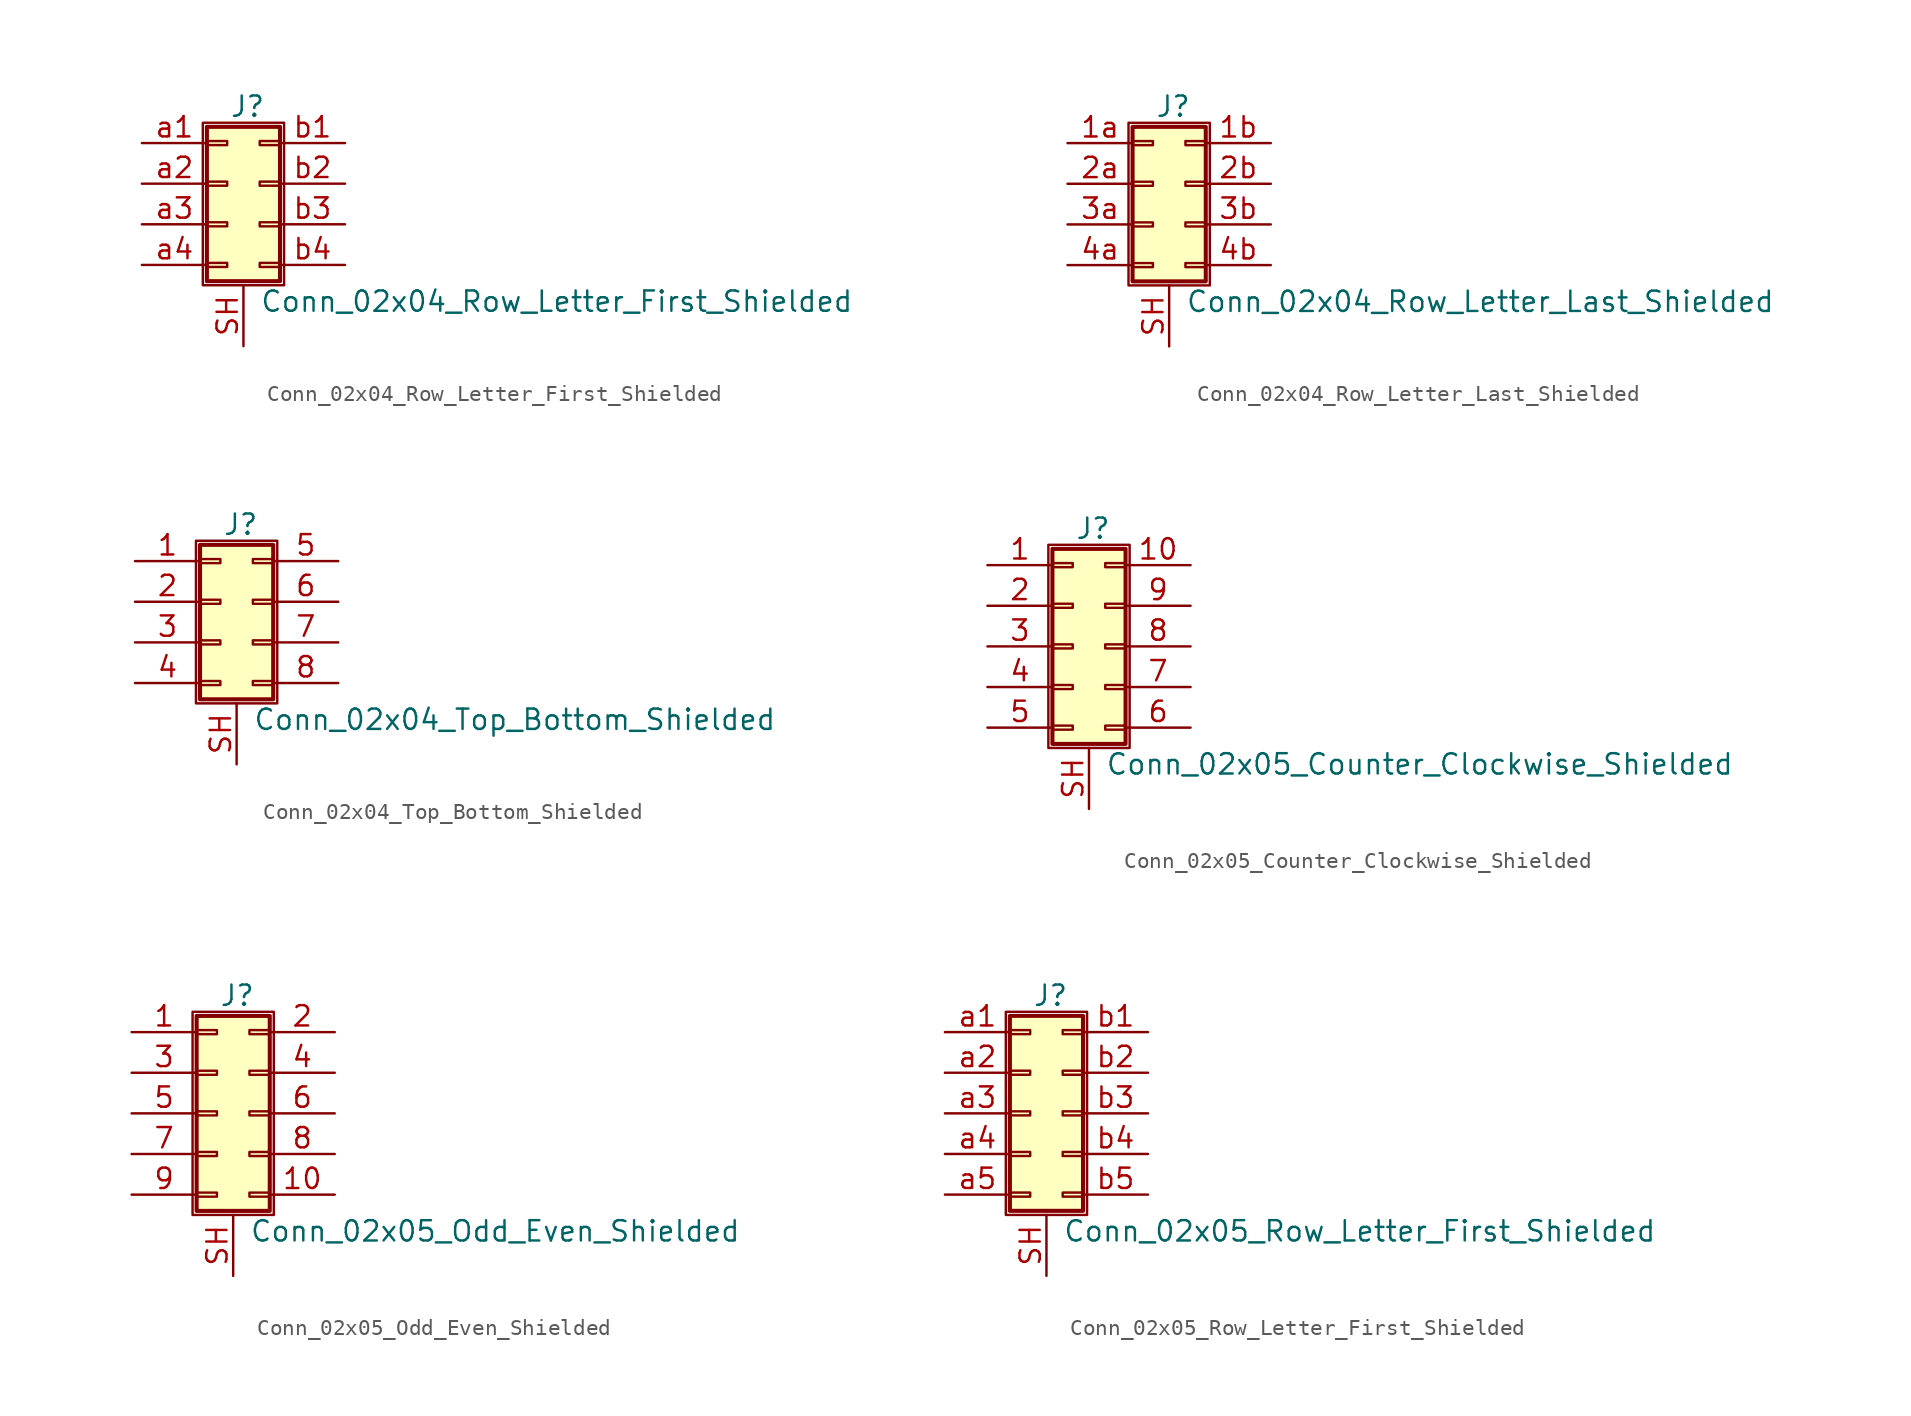
<source format=kicad_sym>
(kicad_symbol_lib
  (version 20201005)
  (generator kicad_symbol_editor)
  (symbol "Conn_02x04_Row_Letter_First_Shielded"
    (pin_names
      (offset 1.016) hide)
    (property "Reference" "J"
      (at 1.524 4.826 0)
      (effects (font (size 1.27 1.27))))
    (property "Value" "Conn_02x04_Row_Letter_First_Shielded"
      (at 2.286 -7.366 0)
      (effects (font (size 1.27 1.27)) (justify left)))
    (symbol "Conn_02x04_Row_Letter_First_Shielded_1_1"
      (rectangle (start -1.27 3.81) (end 3.81 -6.35) (stroke (width 0.152)) (fill (type none)))
      (rectangle (start -1.016 -4.953) (end 0.254 -5.207) (stroke (width 0.152)) (fill (type none)))
      (rectangle (start -1.016 -2.413) (end 0.254 -2.667) (stroke (width 0.152)) (fill (type none)))
      (rectangle (start -1.016 0.127) (end 0.254 -0.127) (stroke (width 0.152)) (fill (type none)))
      (rectangle (start -1.016 2.667) (end 0.254 2.413) (stroke (width 0.152)) (fill (type none)))
      (rectangle (start 3.556 -4.953) (end 2.286 -5.207) (stroke (width 0.152)) (fill (type none)))
      (rectangle (start 3.556 -2.413) (end 2.286 -2.667) (stroke (width 0.152)) (fill (type none)))
      (rectangle (start 3.556 0.127) (end 2.286 -0.127) (stroke (width 0.152)) (fill (type none)))
      (rectangle (start 3.556 2.667) (end 2.286 2.413) (stroke (width 0.152)) (fill (type none)))
      (rectangle (start -1.016 3.556) (end 3.556 -6.096) (stroke (width 0.254)) (fill (type background)))
      (pin passive line (at 1.27 -10.16 90) (length 3.81) (name "Shield" (effects (font (size 1.27 1.27)))) (number "SH" (effects (font (size 1.27 1.27)))))
      (pin passive line (at -5.08 2.54 0) (length 4.064) (name "Pin_a1" (effects (font (size 1.27 1.27)))) (number "a1" (effects (font (size 1.27 1.27)))))
      (pin passive line (at -5.08 0 0) (length 4.064) (name "Pin_a2" (effects (font (size 1.27 1.27)))) (number "a2" (effects (font (size 1.27 1.27)))))
      (pin passive line (at -5.08 -2.54 0) (length 4.064) (name "Pin_a3" (effects (font (size 1.27 1.27)))) (number "a3" (effects (font (size 1.27 1.27)))))
      (pin passive line (at -5.08 -5.08 0) (length 4.064) (name "Pin_a4" (effects (font (size 1.27 1.27)))) (number "a4" (effects (font (size 1.27 1.27)))))
      (pin passive line (at 7.62 2.54 180) (length 4.064) (name "Pin_b1" (effects (font (size 1.27 1.27)))) (number "b1" (effects (font (size 1.27 1.27)))))
      (pin passive line (at 7.62 0 180) (length 4.064) (name "Pin_b2" (effects (font (size 1.27 1.27)))) (number "b2" (effects (font (size 1.27 1.27)))))
      (pin passive line (at 7.62 -2.54 180) (length 4.064) (name "Pin_b3" (effects (font (size 1.27 1.27)))) (number "b3" (effects (font (size 1.27 1.27)))))
      (pin passive line (at 7.62 -5.08 180) (length 4.064) (name "Pin_b4" (effects (font (size 1.27 1.27)))) (number "b4" (effects (font (size 1.27 1.27)))))))
  (symbol "Conn_02x04_Row_Letter_Last_Shielded"
    (pin_names
      (offset 1.016) hide)
    (property "Reference" "J"
      (at 1.524 4.826 0)
      (effects (font (size 1.27 1.27))))
    (property "Value" "Conn_02x04_Row_Letter_Last_Shielded"
      (at 2.286 -7.366 0)
      (effects (font (size 1.27 1.27)) (justify left)))
    (symbol "Conn_02x04_Row_Letter_Last_Shielded_1_1"
      (rectangle (start -1.27 3.81) (end 3.81 -6.35) (stroke (width 0.152)) (fill (type none)))
      (rectangle (start -1.016 -4.953) (end 0.254 -5.207) (stroke (width 0.152)) (fill (type none)))
      (rectangle (start -1.016 -2.413) (end 0.254 -2.667) (stroke (width 0.152)) (fill (type none)))
      (rectangle (start -1.016 0.127) (end 0.254 -0.127) (stroke (width 0.152)) (fill (type none)))
      (rectangle (start -1.016 2.667) (end 0.254 2.413) (stroke (width 0.152)) (fill (type none)))
      (rectangle (start 3.556 -4.953) (end 2.286 -5.207) (stroke (width 0.152)) (fill (type none)))
      (rectangle (start 3.556 -2.413) (end 2.286 -2.667) (stroke (width 0.152)) (fill (type none)))
      (rectangle (start 3.556 0.127) (end 2.286 -0.127) (stroke (width 0.152)) (fill (type none)))
      (rectangle (start 3.556 2.667) (end 2.286 2.413) (stroke (width 0.152)) (fill (type none)))
      (rectangle (start -1.016 3.556) (end 3.556 -6.096) (stroke (width 0.254)) (fill (type background)))
      (pin passive line (at -5.08 2.54 0) (length 4.064) (name "Pin_1a" (effects (font (size 1.27 1.27)))) (number "1a" (effects (font (size 1.27 1.27)))))
      (pin passive line (at 7.62 2.54 180) (length 4.064) (name "Pin_1b" (effects (font (size 1.27 1.27)))) (number "1b" (effects (font (size 1.27 1.27)))))
      (pin passive line (at -5.08 0 0) (length 4.064) (name "Pin_2a" (effects (font (size 1.27 1.27)))) (number "2a" (effects (font (size 1.27 1.27)))))
      (pin passive line (at 7.62 0 180) (length 4.064) (name "Pin_2b" (effects (font (size 1.27 1.27)))) (number "2b" (effects (font (size 1.27 1.27)))))
      (pin passive line (at -5.08 -2.54 0) (length 4.064) (name "Pin_3a" (effects (font (size 1.27 1.27)))) (number "3a" (effects (font (size 1.27 1.27)))))
      (pin passive line (at 7.62 -2.54 180) (length 4.064) (name "Pin_3b" (effects (font (size 1.27 1.27)))) (number "3b" (effects (font (size 1.27 1.27)))))
      (pin passive line (at -5.08 -5.08 0) (length 4.064) (name "Pin_4a" (effects (font (size 1.27 1.27)))) (number "4a" (effects (font (size 1.27 1.27)))))
      (pin passive line (at 7.62 -5.08 180) (length 4.064) (name "Pin_4b" (effects (font (size 1.27 1.27)))) (number "4b" (effects (font (size 1.27 1.27)))))
      (pin passive line (at 1.27 -10.16 90) (length 3.81) (name "Shield" (effects (font (size 1.27 1.27)))) (number "SH" (effects (font (size 1.27 1.27)))))))
  (symbol "Conn_02x04_Top_Bottom_Shielded"
    (pin_names
      (offset 1.016) hide)
    (property "Reference" "J"
      (at 1.524 4.826 0)
      (effects (font (size 1.27 1.27))))
    (property "Value" "Conn_02x04_Top_Bottom_Shielded"
      (at 2.286 -7.366 0)
      (effects (font (size 1.27 1.27)) (justify left)))
    (symbol "Conn_02x04_Top_Bottom_Shielded_1_1"
      (rectangle (start -1.27 3.81) (end 3.81 -6.35) (stroke (width 0.152)) (fill (type none)))
      (rectangle (start -1.016 -4.953) (end 0.254 -5.207) (stroke (width 0.152)) (fill (type none)))
      (rectangle (start -1.016 -2.413) (end 0.254 -2.667) (stroke (width 0.152)) (fill (type none)))
      (rectangle (start -1.016 0.127) (end 0.254 -0.127) (stroke (width 0.152)) (fill (type none)))
      (rectangle (start -1.016 2.667) (end 0.254 2.413) (stroke (width 0.152)) (fill (type none)))
      (rectangle (start 3.556 -4.953) (end 2.286 -5.207) (stroke (width 0.152)) (fill (type none)))
      (rectangle (start 3.556 -2.413) (end 2.286 -2.667) (stroke (width 0.152)) (fill (type none)))
      (rectangle (start 3.556 0.127) (end 2.286 -0.127) (stroke (width 0.152)) (fill (type none)))
      (rectangle (start 3.556 2.667) (end 2.286 2.413) (stroke (width 0.152)) (fill (type none)))
      (rectangle (start -1.016 3.556) (end 3.556 -6.096) (stroke (width 0.254)) (fill (type background)))
      (pin passive line (at -5.08 2.54 0) (length 4.064) (name "Pin_1" (effects (font (size 1.27 1.27)))) (number "1" (effects (font (size 1.27 1.27)))))
      (pin passive line (at -5.08 0 0) (length 4.064) (name "Pin_2" (effects (font (size 1.27 1.27)))) (number "2" (effects (font (size 1.27 1.27)))))
      (pin passive line (at -5.08 -2.54 0) (length 4.064) (name "Pin_3" (effects (font (size 1.27 1.27)))) (number "3" (effects (font (size 1.27 1.27)))))
      (pin passive line (at -5.08 -5.08 0) (length 4.064) (name "Pin_4" (effects (font (size 1.27 1.27)))) (number "4" (effects (font (size 1.27 1.27)))))
      (pin passive line (at 7.62 2.54 180) (length 4.064) (name "Pin_5" (effects (font (size 1.27 1.27)))) (number "5" (effects (font (size 1.27 1.27)))))
      (pin passive line (at 7.62 0 180) (length 4.064) (name "Pin_6" (effects (font (size 1.27 1.27)))) (number "6" (effects (font (size 1.27 1.27)))))
      (pin passive line (at 7.62 -2.54 180) (length 4.064) (name "Pin_7" (effects (font (size 1.27 1.27)))) (number "7" (effects (font (size 1.27 1.27)))))
      (pin passive line (at 7.62 -5.08 180) (length 4.064) (name "Pin_8" (effects (font (size 1.27 1.27)))) (number "8" (effects (font (size 1.27 1.27)))))
      (pin passive line (at 1.27 -10.16 90) (length 3.81) (name "Shield" (effects (font (size 1.27 1.27)))) (number "SH" (effects (font (size 1.27 1.27)))))))
  (symbol "Conn_02x05_Counter_Clockwise_Shielded"
    (pin_names
      (offset 1.016) hide)
    (property "Reference" "J"
      (at 1.524 7.366 0)
      (effects (font (size 1.27 1.27))))
    (property "Value" "Conn_02x05_Counter_Clockwise_Shielded"
      (at 2.286 -7.366 0)
      (effects (font (size 1.27 1.27)) (justify left)))
    (symbol "Conn_02x05_Counter_Clockwise_Shielded_1_1"
      (rectangle (start -1.27 6.35) (end 3.81 -6.35) (stroke (width 0.152)) (fill (type none)))
      (rectangle (start -1.016 -4.953) (end 0.254 -5.207) (stroke (width 0.152)) (fill (type none)))
      (rectangle (start -1.016 -2.413) (end 0.254 -2.667) (stroke (width 0.152)) (fill (type none)))
      (rectangle (start -1.016 0.127) (end 0.254 -0.127) (stroke (width 0.152)) (fill (type none)))
      (rectangle (start -1.016 2.667) (end 0.254 2.413) (stroke (width 0.152)) (fill (type none)))
      (rectangle (start -1.016 5.207) (end 0.254 4.953) (stroke (width 0.152)) (fill (type none)))
      (rectangle (start 3.556 -4.953) (end 2.286 -5.207) (stroke (width 0.152)) (fill (type none)))
      (rectangle (start 3.556 -2.413) (end 2.286 -2.667) (stroke (width 0.152)) (fill (type none)))
      (rectangle (start 3.556 0.127) (end 2.286 -0.127) (stroke (width 0.152)) (fill (type none)))
      (rectangle (start 3.556 2.667) (end 2.286 2.413) (stroke (width 0.152)) (fill (type none)))
      (rectangle (start 3.556 5.207) (end 2.286 4.953) (stroke (width 0.152)) (fill (type none)))
      (rectangle (start -1.016 6.096) (end 3.556 -6.096) (stroke (width 0.254)) (fill (type background)))
      (pin passive line (at -5.08 5.08 0) (length 4.064) (name "Pin_1" (effects (font (size 1.27 1.27)))) (number "1" (effects (font (size 1.27 1.27)))))
      (pin passive line (at 7.62 5.08 180) (length 4.064) (name "Pin_10" (effects (font (size 1.27 1.27)))) (number "10" (effects (font (size 1.27 1.27)))))
      (pin passive line (at -5.08 2.54 0) (length 4.064) (name "Pin_2" (effects (font (size 1.27 1.27)))) (number "2" (effects (font (size 1.27 1.27)))))
      (pin passive line (at -5.08 0 0) (length 4.064) (name "Pin_3" (effects (font (size 1.27 1.27)))) (number "3" (effects (font (size 1.27 1.27)))))
      (pin passive line (at -5.08 -2.54 0) (length 4.064) (name "Pin_4" (effects (font (size 1.27 1.27)))) (number "4" (effects (font (size 1.27 1.27)))))
      (pin passive line (at -5.08 -5.08 0) (length 4.064) (name "Pin_5" (effects (font (size 1.27 1.27)))) (number "5" (effects (font (size 1.27 1.27)))))
      (pin passive line (at 7.62 -5.08 180) (length 4.064) (name "Pin_6" (effects (font (size 1.27 1.27)))) (number "6" (effects (font (size 1.27 1.27)))))
      (pin passive line (at 7.62 -2.54 180) (length 4.064) (name "Pin_7" (effects (font (size 1.27 1.27)))) (number "7" (effects (font (size 1.27 1.27)))))
      (pin passive line (at 7.62 0 180) (length 4.064) (name "Pin_8" (effects (font (size 1.27 1.27)))) (number "8" (effects (font (size 1.27 1.27)))))
      (pin passive line (at 7.62 2.54 180) (length 4.064) (name "Pin_9" (effects (font (size 1.27 1.27)))) (number "9" (effects (font (size 1.27 1.27)))))
      (pin passive line (at 1.27 -10.16 90) (length 3.81) (name "Shield" (effects (font (size 1.27 1.27)))) (number "SH" (effects (font (size 1.27 1.27)))))))
  (symbol "Conn_02x05_Odd_Even_Shielded"
    (pin_names
      (offset 1.016) hide)
    (property "Reference" "J"
      (at 1.524 7.366 0)
      (effects (font (size 1.27 1.27))))
    (property "Value" "Conn_02x05_Odd_Even_Shielded"
      (at 2.286 -7.366 0)
      (effects (font (size 1.27 1.27)) (justify left)))
    (symbol "Conn_02x05_Odd_Even_Shielded_1_1"
      (rectangle (start -1.27 6.35) (end 3.81 -6.35) (stroke (width 0.152)) (fill (type none)))
      (rectangle (start -1.016 -4.953) (end 0.254 -5.207) (stroke (width 0.152)) (fill (type none)))
      (rectangle (start -1.016 -2.413) (end 0.254 -2.667) (stroke (width 0.152)) (fill (type none)))
      (rectangle (start -1.016 0.127) (end 0.254 -0.127) (stroke (width 0.152)) (fill (type none)))
      (rectangle (start -1.016 2.667) (end 0.254 2.413) (stroke (width 0.152)) (fill (type none)))
      (rectangle (start -1.016 5.207) (end 0.254 4.953) (stroke (width 0.152)) (fill (type none)))
      (rectangle (start 3.556 -4.953) (end 2.286 -5.207) (stroke (width 0.152)) (fill (type none)))
      (rectangle (start 3.556 -2.413) (end 2.286 -2.667) (stroke (width 0.152)) (fill (type none)))
      (rectangle (start 3.556 0.127) (end 2.286 -0.127) (stroke (width 0.152)) (fill (type none)))
      (rectangle (start 3.556 2.667) (end 2.286 2.413) (stroke (width 0.152)) (fill (type none)))
      (rectangle (start 3.556 5.207) (end 2.286 4.953) (stroke (width 0.152)) (fill (type none)))
      (rectangle (start -1.016 6.096) (end 3.556 -6.096) (stroke (width 0.254)) (fill (type background)))
      (pin passive line (at -5.08 5.08 0) (length 4.064) (name "Pin_1" (effects (font (size 1.27 1.27)))) (number "1" (effects (font (size 1.27 1.27)))))
      (pin passive line (at 7.62 -5.08 180) (length 4.064) (name "Pin_10" (effects (font (size 1.27 1.27)))) (number "10" (effects (font (size 1.27 1.27)))))
      (pin passive line (at 7.62 5.08 180) (length 4.064) (name "Pin_2" (effects (font (size 1.27 1.27)))) (number "2" (effects (font (size 1.27 1.27)))))
      (pin passive line (at -5.08 2.54 0) (length 4.064) (name "Pin_3" (effects (font (size 1.27 1.27)))) (number "3" (effects (font (size 1.27 1.27)))))
      (pin passive line (at 7.62 2.54 180) (length 4.064) (name "Pin_4" (effects (font (size 1.27 1.27)))) (number "4" (effects (font (size 1.27 1.27)))))
      (pin passive line (at -5.08 0 0) (length 4.064) (name "Pin_5" (effects (font (size 1.27 1.27)))) (number "5" (effects (font (size 1.27 1.27)))))
      (pin passive line (at 7.62 0 180) (length 4.064) (name "Pin_6" (effects (font (size 1.27 1.27)))) (number "6" (effects (font (size 1.27 1.27)))))
      (pin passive line (at -5.08 -2.54 0) (length 4.064) (name "Pin_7" (effects (font (size 1.27 1.27)))) (number "7" (effects (font (size 1.27 1.27)))))
      (pin passive line (at 7.62 -2.54 180) (length 4.064) (name "Pin_8" (effects (font (size 1.27 1.27)))) (number "8" (effects (font (size 1.27 1.27)))))
      (pin passive line (at -5.08 -5.08 0) (length 4.064) (name "Pin_9" (effects (font (size 1.27 1.27)))) (number "9" (effects (font (size 1.27 1.27)))))
      (pin passive line (at 1.27 -10.16 90) (length 3.81) (name "Shield" (effects (font (size 1.27 1.27)))) (number "SH" (effects (font (size 1.27 1.27)))))))
  (symbol "Conn_02x05_Row_Letter_First_Shielded"
    (pin_names
      (offset 1.016) hide)
    (property "Reference" "J"
      (at 1.524 7.366 0)
      (effects (font (size 1.27 1.27))))
    (property "Value" "Conn_02x05_Row_Letter_First_Shielded"
      (at 2.286 -7.366 0)
      (effects (font (size 1.27 1.27)) (justify left)))
    (symbol "Conn_02x05_Row_Letter_First_Shielded_1_1"
      (rectangle (start -1.27 6.35) (end 3.81 -6.35) (stroke (width 0.152)) (fill (type none)))
      (rectangle (start -1.016 -4.953) (end 0.254 -5.207) (stroke (width 0.152)) (fill (type none)))
      (rectangle (start -1.016 -2.413) (end 0.254 -2.667) (stroke (width 0.152)) (fill (type none)))
      (rectangle (start -1.016 0.127) (end 0.254 -0.127) (stroke (width 0.152)) (fill (type none)))
      (rectangle (start -1.016 2.667) (end 0.254 2.413) (stroke (width 0.152)) (fill (type none)))
      (rectangle (start -1.016 5.207) (end 0.254 4.953) (stroke (width 0.152)) (fill (type none)))
      (rectangle (start 3.556 -4.953) (end 2.286 -5.207) (stroke (width 0.152)) (fill (type none)))
      (rectangle (start 3.556 -2.413) (end 2.286 -2.667) (stroke (width 0.152)) (fill (type none)))
      (rectangle (start 3.556 0.127) (end 2.286 -0.127) (stroke (width 0.152)) (fill (type none)))
      (rectangle (start 3.556 2.667) (end 2.286 2.413) (stroke (width 0.152)) (fill (type none)))
      (rectangle (start 3.556 5.207) (end 2.286 4.953) (stroke (width 0.152)) (fill (type none)))
      (rectangle (start -1.016 6.096) (end 3.556 -6.096) (stroke (width 0.254)) (fill (type background)))
      (pin passive line (at 1.27 -10.16 90) (length 3.81) (name "Shield" (effects (font (size 1.27 1.27)))) (number "SH" (effects (font (size 1.27 1.27)))))
      (pin passive line (at -5.08 5.08 0) (length 4.064) (name "Pin_a1" (effects (font (size 1.27 1.27)))) (number "a1" (effects (font (size 1.27 1.27)))))
      (pin passive line (at -5.08 2.54 0) (length 4.064) (name "Pin_a2" (effects (font (size 1.27 1.27)))) (number "a2" (effects (font (size 1.27 1.27)))))
      (pin passive line (at -5.08 0 0) (length 4.064) (name "Pin_a3" (effects (font (size 1.27 1.27)))) (number "a3" (effects (font (size 1.27 1.27)))))
      (pin passive line (at -5.08 -2.54 0) (length 4.064) (name "Pin_a4" (effects (font (size 1.27 1.27)))) (number "a4" (effects (font (size 1.27 1.27)))))
      (pin passive line (at -5.08 -5.08 0) (length 4.064) (name "Pin_a5" (effects (font (size 1.27 1.27)))) (number "a5" (effects (font (size 1.27 1.27)))))
      (pin passive line (at 7.62 5.08 180) (length 4.064) (name "Pin_b1" (effects (font (size 1.27 1.27)))) (number "b1" (effects (font (size 1.27 1.27)))))
      (pin passive line (at 7.62 2.54 180) (length 4.064) (name "Pin_b2" (effects (font (size 1.27 1.27)))) (number "b2" (effects (font (size 1.27 1.27)))))
      (pin passive line (at 7.62 0 180) (length 4.064) (name "Pin_b3" (effects (font (size 1.27 1.27)))) (number "b3" (effects (font (size 1.27 1.27)))))
      (pin passive line (at 7.62 -2.54 180) (length 4.064) (name "Pin_b4" (effects (font (size 1.27 1.27)))) (number "b4" (effects (font (size 1.27 1.27)))))
      (pin passive line (at 7.62 -5.08 180) (length 4.064) (name "Pin_b5" (effects (font (size 1.27 1.27)))) (number "b5" (effects (font (size 1.27 1.27))))))))
</source>
